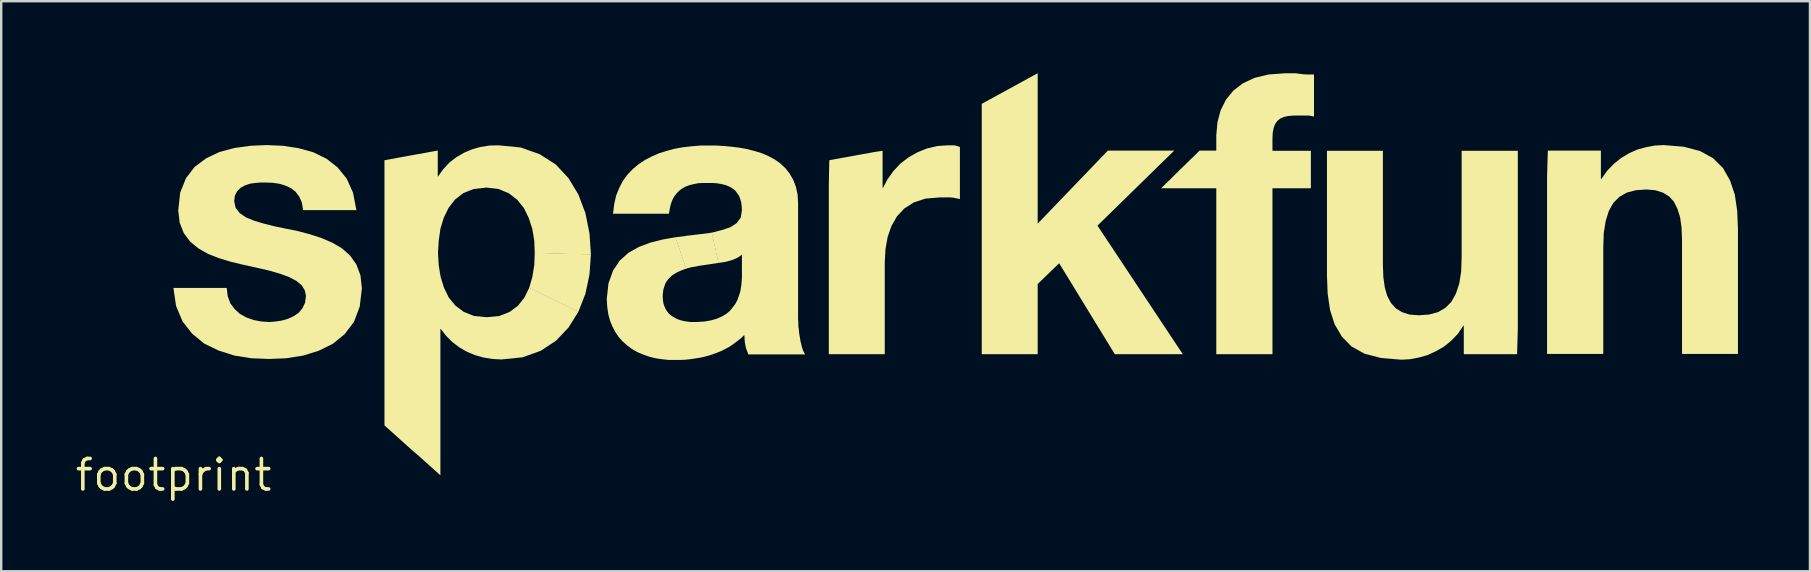
<source format=kicad_pcb>
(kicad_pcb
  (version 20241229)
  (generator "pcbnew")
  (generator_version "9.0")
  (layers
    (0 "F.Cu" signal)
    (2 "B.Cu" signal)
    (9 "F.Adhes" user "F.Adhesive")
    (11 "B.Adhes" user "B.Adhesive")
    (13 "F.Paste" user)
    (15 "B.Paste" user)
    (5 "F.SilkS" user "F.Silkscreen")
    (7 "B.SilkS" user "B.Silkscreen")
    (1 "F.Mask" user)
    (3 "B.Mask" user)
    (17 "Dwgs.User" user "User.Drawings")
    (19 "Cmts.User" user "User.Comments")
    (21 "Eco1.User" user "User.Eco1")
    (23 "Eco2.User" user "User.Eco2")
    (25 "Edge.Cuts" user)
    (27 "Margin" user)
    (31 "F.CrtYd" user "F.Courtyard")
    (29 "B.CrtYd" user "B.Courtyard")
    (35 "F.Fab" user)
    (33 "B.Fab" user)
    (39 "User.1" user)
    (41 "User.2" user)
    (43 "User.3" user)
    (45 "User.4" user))
  (footprint "footprint"
    (layer "F.Cu")
    (at 4.18 16.738)
    (property "Reference" "footprint" (at 0 0 0) (layer "F.SilkS") (effects (font (size 1.27 1.27) (thickness 0.15))))
    (fp_poly (pts (xy 17.385 -9.195) (xy 17.325 -8.349) (xy 17.155 -7.549) (xy 16.863 -6.803) (xy 14.814 -7.797) (xy 14.945 -8.251) (xy 15.025 -8.741) (xy 15.045 -9.255)) (stroke (width 0) (type solid)) (fill yes) (layer "F.SilkS"))
    (fp_poly (pts (xy 35.995 -10.472) (xy 38.918 -13.515) (xy 41.682 -13.515) (xy 38.486 -10.389) (xy 42.039 -5.035) (xy 39.207 -5.035) (xy 36.889 -8.822) (xy 35.995 -7.958) (xy 35.995 -5.035) (xy 33.665 -5.035) (xy 33.665 -15.463) (xy 35.995 -16.738)) (stroke (width 0) (type solid)) (fill yes) (layer "F.SilkS"))
    (fp_poly (pts (xy 22.706 -8.836) (xy 22.571 -8.815) (xy 22.431 -8.795) (xy 22.301 -8.775) (xy 22.161 -8.755) (xy 21.881 -8.715) (xy 21.751 -8.685) (xy 21.611 -8.665) (xy 21.481 -8.635) (xy 21.347 -8.594) (xy 20.903 -9.904) (xy 21.439 -9.975) (xy 21.949 -10.035) (xy 22.424 -10.096)) (stroke (width 0) (type solid)) (fill yes) (layer "F.SilkS"))
    (fp_poly (pts (xy 28.699 -13.365) (xy 28.979 -13.415) (xy 29.249 -13.465) (xy 29.535 -13.506) (xy 29.535 -11.935) (xy 29.537 -11.935) (xy 29.736 -12.313) (xy 29.986 -12.663) (xy 30.277 -12.974) (xy 30.617 -13.234) (xy 30.988 -13.445) (xy 31.388 -13.605) (xy 31.809 -13.705) (xy 32.24 -13.735) (xy 32.5 -13.735) (xy 32.571 -13.725) (xy 32.632 -13.705) (xy 32.692 -13.685) (xy 32.755 -13.664) (xy 32.755 -11.494) (xy 32.669 -11.515) (xy 32.469 -11.555) (xy 32.36 -11.565) (xy 31.92 -11.565) (xy 31.321 -11.515) (xy 30.832 -11.355) (xy 30.443 -11.106) (xy 30.134 -10.777) (xy 29.905 -10.378) (xy 29.745 -9.919) (xy 29.655 -9.409) (xy 29.625 -8.86) (xy 29.625 -5.035) (xy 27.295 -5.035) (xy 27.295 -12.1) (xy 27.315 -13.114) (xy 27.589 -13.165) (xy 27.869 -13.215) (xy 28.149 -13.265) (xy 28.419 -13.315)) (stroke (width 0) (type solid)) (fill yes) (layer "F.SilkS"))
    (fp_poly (pts (xy 50.375 -8.73) (xy 50.395 -8.24) (xy 50.455 -7.811) (xy 50.555 -7.462) (xy 50.714 -7.163) (xy 50.913 -6.944) (xy 51.172 -6.785) (xy 51.481 -6.685) (xy 51.86 -6.655) (xy 52.299 -6.685) (xy 52.668 -6.785) (xy 52.977 -6.964) (xy 53.226 -7.213) (xy 53.415 -7.552) (xy 53.555 -7.971) (xy 53.635 -8.47) (xy 53.655 -9.07) (xy 53.655 -13.505) (xy 55.995 -13.505) (xy 55.995 -6.1) (xy 55.965 -5.035) (xy 53.745 -5.035) (xy 53.745 -6.215) (xy 53.723 -6.215) (xy 53.494 -5.877) (xy 53.213 -5.586) (xy 52.913 -5.346) (xy 52.582 -5.156) (xy 52.232 -4.995) (xy 51.871 -4.895) (xy 51.511 -4.825) (xy 51.14 -4.805) (xy 50.299 -4.875) (xy 49.608 -5.055) (xy 49.067 -5.356) (xy 48.666 -5.767) (xy 48.365 -6.278) (xy 48.175 -6.869) (xy 48.075 -7.55) (xy 48.045 -8.3) (xy 48.045 -13.505) (xy 50.375 -13.505)) (stroke (width 0) (type solid)) (fill yes) (layer "F.SilkS"))
    (fp_poly (pts (xy 62.911 -13.675) (xy 63.592 -13.495) (xy 64.133 -13.194) (xy 64.544 -12.783) (xy 64.835 -12.272) (xy 65.035 -11.681) (xy 65.135 -11) (xy 65.165 -10.25) (xy 65.165 -5.045) (xy 62.835 -5.045) (xy 62.835 -9.82) (xy 62.815 -10.31) (xy 62.755 -10.739) (xy 62.645 -11.088) (xy 62.496 -11.387) (xy 62.297 -11.606) (xy 62.038 -11.765) (xy 61.719 -11.865) (xy 61.35 -11.895) (xy 60.911 -11.865) (xy 60.532 -11.765) (xy 60.223 -11.586) (xy 59.974 -11.337) (xy 59.785 -10.998) (xy 59.655 -10.579) (xy 59.575 -10.08) (xy 59.555 -9.48) (xy 59.555 -5.045) (xy 57.215 -5.045) (xy 57.215 -12.45) (xy 57.245 -13.515) (xy 59.455 -13.515) (xy 59.455 -12.335) (xy 59.477 -12.335) (xy 59.716 -12.673) (xy 59.997 -12.964) (xy 60.297 -13.204) (xy 60.628 -13.404) (xy 60.968 -13.555) (xy 61.329 -13.655) (xy 61.699 -13.725) (xy 62.07 -13.745)) (stroke (width 0) (type solid)) (fill yes) (layer "F.SilkS"))
    (fp_poly (pts (xy 46.901 -16.715) (xy 47.05 -16.695) (xy 47.2 -16.685) (xy 47.505 -16.685) (xy 47.505 -14.934) (xy 47.399 -14.955) (xy 47.29 -14.975) (xy 46.65 -14.975) (xy 46.431 -14.955) (xy 46.242 -14.915) (xy 46.093 -14.846) (xy 45.974 -14.747) (xy 45.884 -14.618) (xy 45.825 -14.459) (xy 45.785 -14.249) (xy 45.775 -14.01) (xy 45.775 -13.505) (xy 47.375 -13.505) (xy 47.375 -11.945) (xy 45.775 -11.945) (xy 45.775 -5.035) (xy 43.435 -5.035) (xy 43.435 -11.945) (xy 41.138 -11.945) (xy 41.347 -12.154) (xy 41.546 -12.344) (xy 41.746 -12.544) (xy 41.937 -12.734) (xy 42.136 -12.924) (xy 42.337 -13.124) (xy 42.536 -13.314) (xy 42.738 -13.515) (xy 43.435 -13.515) (xy 43.435 -14.16) (xy 43.485 -14.701) (xy 43.615 -15.192) (xy 43.836 -15.633) (xy 44.146 -16.014) (xy 44.537 -16.314) (xy 45.028 -16.545) (xy 45.609 -16.685) (xy 46.28 -16.735) (xy 46.74 -16.735)) (stroke (width 0) (type solid)) (fill yes) (layer "F.SilkS"))
    (fp_poly (pts (xy 9.619 -13.265) (xy 9.889 -13.315) (xy 10.169 -13.365) (xy 10.449 -13.415) (xy 10.719 -13.465) (xy 11.005 -13.516) (xy 11.005 -12.425) (xy 11.007 -12.425) (xy 11.236 -12.743) (xy 11.497 -13.024) (xy 11.787 -13.244) (xy 12.098 -13.424) (xy 12.428 -13.565) (xy 12.779 -13.665) (xy 13.15 -13.725) (xy 13.53 -13.735) (xy 14.461 -13.645) (xy 15.252 -13.365) (xy 15.923 -12.934) (xy 16.454 -12.363) (xy 16.865 -11.682) (xy 17.155 -10.911) (xy 17.325 -10.071) (xy 17.385 -9.185) (xy 15.045 -9.245) (xy 15.025 -9.759) (xy 14.945 -10.249) (xy 14.795 -10.708) (xy 14.596 -11.117) (xy 14.316 -11.466) (xy 13.967 -11.736) (xy 13.539 -11.915) (xy 13.03 -11.975) (xy 12.501 -11.915) (xy 12.072 -11.746) (xy 11.724 -11.476) (xy 11.454 -11.127) (xy 11.255 -10.718) (xy 11.115 -10.259) (xy 11.045 -9.759) (xy 11.015 -9.25) (xy 11.045 -8.741) (xy 11.125 -8.251) (xy 11.265 -7.802) (xy 11.464 -7.393) (xy 11.743 -7.054) (xy 12.092 -6.794) (xy 12.521 -6.625) (xy 13.04 -6.575) (xy 13.569 -6.625) (xy 13.998 -6.794) (xy 14.346 -7.054) (xy 14.616 -7.393) (xy 14.818 -7.807) (xy 16.867 -6.812) (xy 16.454 -6.147) (xy 15.933 -5.596) (xy 15.292 -5.175) (xy 14.541 -4.905) (xy 13.66 -4.815) (xy 13.279 -4.835) (xy 12.909 -4.895) (xy 12.558 -4.995) (xy 12.218 -5.136) (xy 11.907 -5.316) (xy 11.617 -5.536) (xy 11.356 -5.797) (xy 11.128 -6.085) (xy 11.115 -6.085) (xy 11.115 0.011) (xy 10.817 -0.256) (xy 10.237 -0.776) (xy 9.947 -1.026) (xy 9.657 -1.286) (xy 9.077 -1.806) (xy 8.785 -2.068) (xy 8.785 -13.114) (xy 9.069 -13.165) (xy 9.339 -13.215)) (stroke (width 0) (type solid)) (fill yes) (layer "F.SilkS"))
    (fp_poly (pts (xy 4.56 -13.715) (xy 5.211 -13.615) (xy 5.822 -13.445) (xy 6.373 -13.174) (xy 6.834 -12.814) (xy 7.214 -12.343) (xy 7.475 -11.762) (xy 7.616 -11.035) (xy 5.396 -11.035) (xy 5.345 -11.349) (xy 5.236 -11.597) (xy 5.086 -11.796) (xy 4.897 -11.946) (xy 4.668 -12.055) (xy 4.399 -12.135) (xy 4.12 -12.175) (xy 3.81 -12.185) (xy 3.61 -12.185) (xy 3.391 -12.165) (xy 3.171 -12.135) (xy 2.972 -12.065) (xy 2.793 -11.966) (xy 2.654 -11.827) (xy 2.555 -11.648) (xy 2.525 -11.41) (xy 2.585 -11.132) (xy 2.753 -10.914) (xy 3.012 -10.734) (xy 3.352 -10.595) (xy 3.751 -10.475) (xy 4.191 -10.365) (xy 4.671 -10.265) (xy 5.161 -10.165) (xy 5.661 -10.035) (xy 6.152 -9.875) (xy 6.602 -9.684) (xy 7.013 -9.444) (xy 7.354 -9.143) (xy 7.614 -8.772) (xy 7.785 -8.321) (xy 7.845 -7.78) (xy 7.755 -7.019) (xy 7.514 -6.378) (xy 7.124 -5.866) (xy 6.633 -5.466) (xy 6.042 -5.175) (xy 5.391 -4.975) (xy 4.69 -4.865) (xy 3.98 -4.835) (xy 3.24 -4.865) (xy 2.539 -4.975) (xy 1.878 -5.185) (xy 1.277 -5.476) (xy 0.776 -5.886) (xy 0.376 -6.397) (xy 0.105 -7.039) (xy -0.006 -7.795) (xy 2.214 -7.795) (xy 2.255 -7.451) (xy 2.364 -7.152) (xy 2.544 -6.913) (xy 2.763 -6.714) (xy 3.032 -6.565) (xy 3.341 -6.455) (xy 3.661 -6.395) (xy 3.99 -6.375) (xy 4.249 -6.395) (xy 4.509 -6.435) (xy 4.758 -6.505) (xy 4.998 -6.614) (xy 5.207 -6.754) (xy 5.366 -6.943) (xy 5.475 -7.171) (xy 5.515 -7.46) (xy 5.465 -7.698) (xy 5.336 -7.907) (xy 5.117 -8.086) (xy 4.818 -8.245) (xy 4.438 -8.385) (xy 3.989 -8.515) (xy 3.469 -8.635) (xy 2.879 -8.765) (xy 2.379 -8.885) (xy 1.888 -9.035) (xy 1.428 -9.215) (xy 1.027 -9.446) (xy 0.686 -9.727) (xy 0.426 -10.078) (xy 0.255 -10.509) (xy 0.195 -11.02) (xy 0.275 -11.761) (xy 0.516 -12.362) (xy 0.876 -12.834) (xy 1.357 -13.194) (xy 1.908 -13.455) (xy 2.539 -13.625) (xy 3.2 -13.715) (xy 3.88 -13.745)) (stroke (width 0) (type solid)) (fill yes) (layer "F.SilkS"))
    (fp_poly (pts (xy 22.94 -13.705) (xy 23.261 -13.675) (xy 23.581 -13.635) (xy 23.901 -13.575) (xy 24.211 -13.495) (xy 24.502 -13.405) (xy 24.782 -13.285) (xy 25.043 -13.144) (xy 25.283 -12.974) (xy 25.494 -12.773) (xy 25.664 -12.553) (xy 25.815 -12.292) (xy 25.925 -12.001) (xy 25.995 -11.681) (xy 26.015 -11.31) (xy 26.015 -6.48) (xy 26.025 -6.34) (xy 26.025 -6.2) (xy 26.045 -6.071) (xy 26.055 -5.941) (xy 26.075 -5.811) (xy 26.115 -5.571) (xy 26.145 -5.461) (xy 26.165 -5.361) (xy 26.195 -5.262) (xy 26.225 -5.182) (xy 26.264 -5.102) (xy 26.309 -5.025) (xy 23.936 -5.025) (xy 23.925 -5.079) (xy 23.865 -5.228) (xy 23.845 -5.279) (xy 23.815 -5.429) (xy 23.805 -5.479) (xy 23.795 -5.54) (xy 23.795 -5.59) (xy 23.785 -5.64) (xy 23.785 -5.75) (xy 23.775 -5.8) (xy 23.775 -5.838) (xy 23.643 -5.706) (xy 23.493 -5.586) (xy 23.333 -5.466) (xy 23.173 -5.356) (xy 23.012 -5.266) (xy 22.832 -5.175) (xy 22.662 -5.105) (xy 22.472 -5.035) (xy 22.291 -4.975) (xy 22.101 -4.925) (xy 21.911 -4.885) (xy 21.721 -4.855) (xy 21.521 -4.825) (xy 21.33 -4.805) (xy 21.13 -4.795) (xy 20.63 -4.795) (xy 20.339 -4.825) (xy 20.069 -4.865) (xy 19.799 -4.935) (xy 19.548 -5.025) (xy 19.308 -5.126) (xy 19.087 -5.256) (xy 18.887 -5.406) (xy 18.696 -5.576) (xy 18.536 -5.757) (xy 18.396 -5.967) (xy 18.275 -6.198) (xy 18.175 -6.448) (xy 18.105 -6.719) (xy 18.065 -7.01) (xy 18.045 -7.33) (xy 18.115 -7.981) (xy 18.305 -8.512) (xy 18.586 -8.933) (xy 18.957 -9.264) (xy 19.388 -9.505) (xy 19.869 -9.685) (xy 20.389 -9.815) (xy 20.913 -9.906) (xy 21.356 -8.597) (xy 21.232 -8.555) (xy 20.992 -8.456) (xy 20.793 -8.336) (xy 20.703 -8.256) (xy 20.624 -8.177) (xy 20.544 -8.077) (xy 20.485 -7.978) (xy 20.405 -7.739) (xy 20.385 -7.599) (xy 20.375 -7.44) (xy 20.385 -7.291) (xy 20.405 -7.151) (xy 20.445 -7.032) (xy 20.494 -6.922) (xy 20.554 -6.823) (xy 20.624 -6.733) (xy 20.713 -6.654) (xy 20.803 -6.594) (xy 20.902 -6.534) (xy 21.012 -6.485) (xy 21.131 -6.445) (xy 21.251 -6.415) (xy 21.381 -6.395) (xy 21.52 -6.375) (xy 21.8 -6.375) (xy 22.119 -6.395) (xy 22.399 -6.445) (xy 22.638 -6.515) (xy 22.858 -6.614) (xy 23.037 -6.724) (xy 23.186 -6.853) (xy 23.306 -7.003) (xy 23.416 -7.153) (xy 23.495 -7.312) (xy 23.555 -7.482) (xy 23.605 -7.641) (xy 23.635 -7.801) (xy 23.655 -7.951) (xy 23.665 -8.09) (xy 23.675 -8.21) (xy 23.675 -9.18) (xy 23.603 -9.126) (xy 23.513 -9.066) (xy 23.412 -9.015) (xy 23.312 -8.975) (xy 23.201 -8.935) (xy 22.961 -8.875) (xy 22.831 -8.855) (xy 22.696 -8.834) (xy 22.414 -10.094) (xy 22.839 -10.205) (xy 23.198 -10.325) (xy 23.457 -10.494) (xy 23.625 -10.722) (xy 23.675 -11.03) (xy 23.665 -11.21) (xy 23.645 -11.359) (xy 23.605 -11.498) (xy 23.556 -11.628) (xy 23.416 -11.827) (xy 23.327 -11.906) (xy 23.227 -11.976) (xy 23.128 -12.025) (xy 23.008 -12.075) (xy 22.889 -12.105) (xy 22.749 -12.135) (xy 22.619 -12.155) (xy 22.47 -12.165) (xy 22.01 -12.165) (xy 21.851 -12.155) (xy 21.701 -12.125) (xy 21.561 -12.095) (xy 21.432 -12.055) (xy 21.312 -12.005) (xy 21.203 -11.946) (xy 21.103 -11.876) (xy 21.004 -11.786) (xy 20.924 -11.697) (xy 20.854 -11.597) (xy 20.785 -11.478) (xy 20.735 -11.348) (xy 20.695 -11.209) (xy 20.665 -11.059) (xy 20.634 -10.885) (xy 18.304 -10.885) (xy 18.355 -11.281) (xy 18.435 -11.641) (xy 18.565 -11.962) (xy 18.716 -12.253) (xy 18.906 -12.513) (xy 19.127 -12.744) (xy 19.367 -12.944) (xy 19.637 -13.124) (xy 19.928 -13.275) (xy 20.228 -13.405) (xy 20.549 -13.505) (xy 20.889 -13.595) (xy 21.229 -13.655) (xy 21.58 -13.695) (xy 21.94 -13.725) (xy 22.61 -13.725)) (stroke (width 0) (type solid)) (fill yes) (layer "F.SilkS")))
  (gr_rect
    (start -3 -3)
    (end 72.345 20.745)
    (stroke (width 0.1) (type default))
    (fill no)
    (layer "Edge.Cuts")))
</source>
